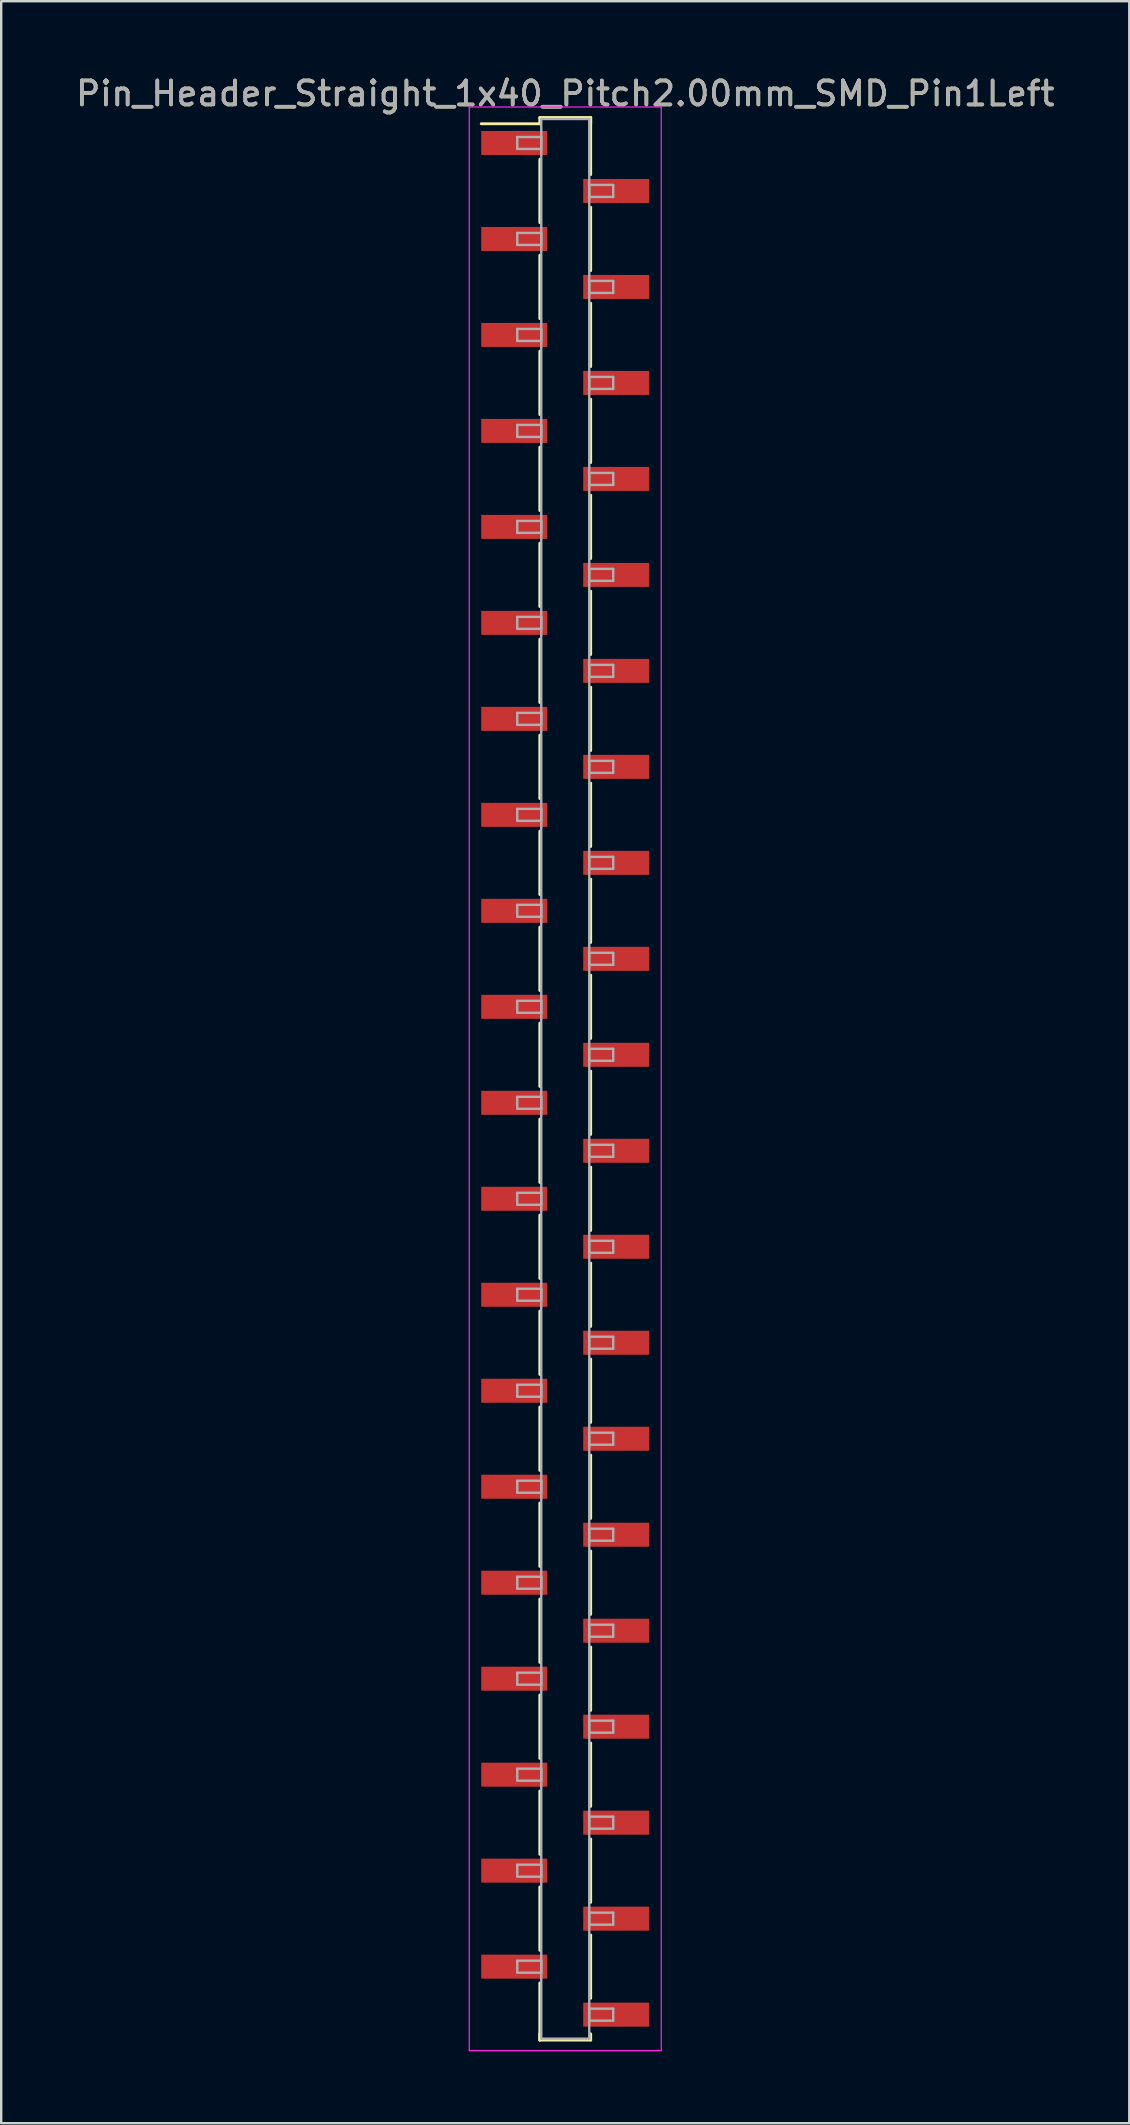
<source format=kicad_pcb>
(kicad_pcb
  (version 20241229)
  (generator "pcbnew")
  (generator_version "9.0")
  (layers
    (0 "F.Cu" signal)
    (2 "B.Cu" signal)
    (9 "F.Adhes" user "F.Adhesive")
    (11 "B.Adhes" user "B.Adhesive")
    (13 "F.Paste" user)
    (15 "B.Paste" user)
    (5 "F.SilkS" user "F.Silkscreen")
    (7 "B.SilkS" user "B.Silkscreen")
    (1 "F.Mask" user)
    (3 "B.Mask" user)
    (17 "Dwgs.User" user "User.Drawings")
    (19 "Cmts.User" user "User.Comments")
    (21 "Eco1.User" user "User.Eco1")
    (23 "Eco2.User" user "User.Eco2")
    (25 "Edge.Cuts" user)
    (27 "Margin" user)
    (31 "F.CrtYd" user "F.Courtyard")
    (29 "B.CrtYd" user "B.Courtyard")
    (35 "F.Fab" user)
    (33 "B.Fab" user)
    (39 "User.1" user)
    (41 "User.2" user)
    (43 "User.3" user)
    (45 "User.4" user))
  (footprint "Pin_Header_Straight_1x40_Pitch2.00mm_SMD_Pin1Left"
    (layer "F.Cu")
    (at 20.506 41.908)
    (property "Reference" "Pin_Header_Straight_1x40_Pitch2.00mm_SMD_Pin1Left" (at 0 -41.06 0) (layer "F.SilkS") (effects (font (size 1 1) (thickness 0.15))))
    (attr smd)
    (fp_line (start -1.06 -40.06) (end 1.06 -40.06) (stroke (width 0.12) (type solid)) (layer "F.SilkS"))
    (fp_line (start -1.06 -39.8) (end -3.5 -39.8) (stroke (width 0.12) (type solid)) (layer "F.SilkS"))
    (fp_line (start -1.06 -39.8) (end -1.06 -40.06) (stroke (width 0.12) (type solid)) (layer "F.SilkS"))
    (fp_line (start -1.06 -38.32) (end -1.06 -35.68) (stroke (width 0.12) (type solid)) (layer "F.SilkS"))
    (fp_line (start -1.06 -34.32) (end -1.06 -31.68) (stroke (width 0.12) (type solid)) (layer "F.SilkS"))
    (fp_line (start -1.06 -30.32) (end -1.06 -27.68) (stroke (width 0.12) (type solid)) (layer "F.SilkS"))
    (fp_line (start -1.06 -26.32) (end -1.06 -23.68) (stroke (width 0.12) (type solid)) (layer "F.SilkS"))
    (fp_line (start -1.06 -22.32) (end -1.06 -19.68) (stroke (width 0.12) (type solid)) (layer "F.SilkS"))
    (fp_line (start -1.06 -18.32) (end -1.06 -15.68) (stroke (width 0.12) (type solid)) (layer "F.SilkS"))
    (fp_line (start -1.06 -14.32) (end -1.06 -11.68) (stroke (width 0.12) (type solid)) (layer "F.SilkS"))
    (fp_line (start -1.06 -10.32) (end -1.06 -7.68) (stroke (width 0.12) (type solid)) (layer "F.SilkS"))
    (fp_line (start -1.06 -6.32) (end -1.06 -3.68) (stroke (width 0.12) (type solid)) (layer "F.SilkS"))
    (fp_line (start -1.06 -2.32) (end -1.06 0.32) (stroke (width 0.12) (type solid)) (layer "F.SilkS"))
    (fp_line (start -1.06 1.68) (end -1.06 4.32) (stroke (width 0.12) (type solid)) (layer "F.SilkS"))
    (fp_line (start -1.06 5.68) (end -1.06 8.32) (stroke (width 0.12) (type solid)) (layer "F.SilkS"))
    (fp_line (start -1.06 9.68) (end -1.06 12.32) (stroke (width 0.12) (type solid)) (layer "F.SilkS"))
    (fp_line (start -1.06 13.68) (end -1.06 16.32) (stroke (width 0.12) (type solid)) (layer "F.SilkS"))
    (fp_line (start -1.06 17.68) (end -1.06 20.32) (stroke (width 0.12) (type solid)) (layer "F.SilkS"))
    (fp_line (start -1.06 21.68) (end -1.06 24.32) (stroke (width 0.12) (type solid)) (layer "F.SilkS"))
    (fp_line (start -1.06 25.68) (end -1.06 28.32) (stroke (width 0.12) (type solid)) (layer "F.SilkS"))
    (fp_line (start -1.06 29.68) (end -1.06 32.32) (stroke (width 0.12) (type solid)) (layer "F.SilkS"))
    (fp_line (start -1.06 33.68) (end -1.06 36.32) (stroke (width 0.12) (type solid)) (layer "F.SilkS"))
    (fp_line (start -1.06 37.68) (end -1.06 40.06) (stroke (width 0.12) (type solid)) (layer "F.SilkS"))
    (fp_line (start -1.06 39.8) (end -1.06 40.06) (stroke (width 0.12) (type solid)) (layer "F.SilkS"))
    (fp_line (start -1.06 40.06) (end 1.06 40.06) (stroke (width 0.12) (type solid)) (layer "F.SilkS"))
    (fp_line (start 1.06 -40.06) (end 1.06 -39.8) (stroke (width 0.12) (type solid)) (layer "F.SilkS"))
    (fp_line (start 1.06 -40.06) (end 1.06 -37.68) (stroke (width 0.12) (type solid)) (layer "F.SilkS"))
    (fp_line (start 1.06 -36.32) (end 1.06 -33.68) (stroke (width 0.12) (type solid)) (layer "F.SilkS"))
    (fp_line (start 1.06 -32.32) (end 1.06 -29.68) (stroke (width 0.12) (type solid)) (layer "F.SilkS"))
    (fp_line (start 1.06 -28.32) (end 1.06 -25.68) (stroke (width 0.12) (type solid)) (layer "F.SilkS"))
    (fp_line (start 1.06 -24.32) (end 1.06 -21.68) (stroke (width 0.12) (type solid)) (layer "F.SilkS"))
    (fp_line (start 1.06 -20.32) (end 1.06 -17.68) (stroke (width 0.12) (type solid)) (layer "F.SilkS"))
    (fp_line (start 1.06 -16.32) (end 1.06 -13.68) (stroke (width 0.12) (type solid)) (layer "F.SilkS"))
    (fp_line (start 1.06 -12.32) (end 1.06 -9.68) (stroke (width 0.12) (type solid)) (layer "F.SilkS"))
    (fp_line (start 1.06 -8.32) (end 1.06 -5.68) (stroke (width 0.12) (type solid)) (layer "F.SilkS"))
    (fp_line (start 1.06 -4.32) (end 1.06 -1.68) (stroke (width 0.12) (type solid)) (layer "F.SilkS"))
    (fp_line (start 1.06 -0.32) (end 1.06 2.32) (stroke (width 0.12) (type solid)) (layer "F.SilkS"))
    (fp_line (start 1.06 3.68) (end 1.06 6.32) (stroke (width 0.12) (type solid)) (layer "F.SilkS"))
    (fp_line (start 1.06 7.68) (end 1.06 10.32) (stroke (width 0.12) (type solid)) (layer "F.SilkS"))
    (fp_line (start 1.06 11.68) (end 1.06 14.32) (stroke (width 0.12) (type solid)) (layer "F.SilkS"))
    (fp_line (start 1.06 15.68) (end 1.06 18.32) (stroke (width 0.12) (type solid)) (layer "F.SilkS"))
    (fp_line (start 1.06 19.68) (end 1.06 22.32) (stroke (width 0.12) (type solid)) (layer "F.SilkS"))
    (fp_line (start 1.06 23.68) (end 1.06 26.32) (stroke (width 0.12) (type solid)) (layer "F.SilkS"))
    (fp_line (start 1.06 27.68) (end 1.06 30.32) (stroke (width 0.12) (type solid)) (layer "F.SilkS"))
    (fp_line (start 1.06 31.68) (end 1.06 34.32) (stroke (width 0.12) (type solid)) (layer "F.SilkS"))
    (fp_line (start 1.06 35.68) (end 1.06 38.32) (stroke (width 0.12) (type solid)) (layer "F.SilkS"))
    (fp_line (start 1.06 40.06) (end 1.06 39.8) (stroke (width 0.12) (type solid)) (layer "F.SilkS"))
    (fp_line (start -4 -40.5) (end -4 40.5) (stroke (width 0.05) (type solid)) (layer "F.CrtYd"))
    (fp_line (start -4 40.5) (end 4 40.5) (stroke (width 0.05) (type solid)) (layer "F.CrtYd"))
    (fp_line (start 4 -40.5) (end -4 -40.5) (stroke (width 0.05) (type solid)) (layer "F.CrtYd"))
    (fp_line (start 4 40.5) (end 4 -40.5) (stroke (width 0.05) (type solid)) (layer "F.CrtYd"))
    (fp_line (start -2 -39.25) (end -1 -39.25) (stroke (width 0.1) (type solid)) (layer "F.Fab"))
    (fp_line (start -2 -38.75) (end -2 -39.25) (stroke (width 0.1) (type solid)) (layer "F.Fab"))
    (fp_line (start -2 -35.25) (end -1 -35.25) (stroke (width 0.1) (type solid)) (layer "F.Fab"))
    (fp_line (start -2 -34.75) (end -2 -35.25) (stroke (width 0.1) (type solid)) (layer "F.Fab"))
    (fp_line (start -2 -31.25) (end -1 -31.25) (stroke (width 0.1) (type solid)) (layer "F.Fab"))
    (fp_line (start -2 -30.75) (end -2 -31.25) (stroke (width 0.1) (type solid)) (layer "F.Fab"))
    (fp_line (start -2 -27.25) (end -1 -27.25) (stroke (width 0.1) (type solid)) (layer "F.Fab"))
    (fp_line (start -2 -26.75) (end -2 -27.25) (stroke (width 0.1) (type solid)) (layer "F.Fab"))
    (fp_line (start -2 -23.25) (end -1 -23.25) (stroke (width 0.1) (type solid)) (layer "F.Fab"))
    (fp_line (start -2 -22.75) (end -2 -23.25) (stroke (width 0.1) (type solid)) (layer "F.Fab"))
    (fp_line (start -2 -19.25) (end -1 -19.25) (stroke (width 0.1) (type solid)) (layer "F.Fab"))
    (fp_line (start -2 -18.75) (end -2 -19.25) (stroke (width 0.1) (type solid)) (layer "F.Fab"))
    (fp_line (start -2 -15.25) (end -1 -15.25) (stroke (width 0.1) (type solid)) (layer "F.Fab"))
    (fp_line (start -2 -14.75) (end -2 -15.25) (stroke (width 0.1) (type solid)) (layer "F.Fab"))
    (fp_line (start -2 -11.25) (end -1 -11.25) (stroke (width 0.1) (type solid)) (layer "F.Fab"))
    (fp_line (start -2 -10.75) (end -2 -11.25) (stroke (width 0.1) (type solid)) (layer "F.Fab"))
    (fp_line (start -2 -7.25) (end -1 -7.25) (stroke (width 0.1) (type solid)) (layer "F.Fab"))
    (fp_line (start -2 -6.75) (end -2 -7.25) (stroke (width 0.1) (type solid)) (layer "F.Fab"))
    (fp_line (start -2 -3.25) (end -1 -3.25) (stroke (width 0.1) (type solid)) (layer "F.Fab"))
    (fp_line (start -2 -2.75) (end -2 -3.25) (stroke (width 0.1) (type solid)) (layer "F.Fab"))
    (fp_line (start -2 0.75) (end -1 0.75) (stroke (width 0.1) (type solid)) (layer "F.Fab"))
    (fp_line (start -2 1.25) (end -2 0.75) (stroke (width 0.1) (type solid)) (layer "F.Fab"))
    (fp_line (start -2 4.75) (end -1 4.75) (stroke (width 0.1) (type solid)) (layer "F.Fab"))
    (fp_line (start -2 5.25) (end -2 4.75) (stroke (width 0.1) (type solid)) (layer "F.Fab"))
    (fp_line (start -2 8.75) (end -1 8.75) (stroke (width 0.1) (type solid)) (layer "F.Fab"))
    (fp_line (start -2 9.25) (end -2 8.75) (stroke (width 0.1) (type solid)) (layer "F.Fab"))
    (fp_line (start -2 12.75) (end -1 12.75) (stroke (width 0.1) (type solid)) (layer "F.Fab"))
    (fp_line (start -2 13.25) (end -2 12.75) (stroke (width 0.1) (type solid)) (layer "F.Fab"))
    (fp_line (start -2 16.75) (end -1 16.75) (stroke (width 0.1) (type solid)) (layer "F.Fab"))
    (fp_line (start -2 17.25) (end -2 16.75) (stroke (width 0.1) (type solid)) (layer "F.Fab"))
    (fp_line (start -2 20.75) (end -1 20.75) (stroke (width 0.1) (type solid)) (layer "F.Fab"))
    (fp_line (start -2 21.25) (end -2 20.75) (stroke (width 0.1) (type solid)) (layer "F.Fab"))
    (fp_line (start -2 24.75) (end -1 24.75) (stroke (width 0.1) (type solid)) (layer "F.Fab"))
    (fp_line (start -2 25.25) (end -2 24.75) (stroke (width 0.1) (type solid)) (layer "F.Fab"))
    (fp_line (start -2 28.75) (end -1 28.75) (stroke (width 0.1) (type solid)) (layer "F.Fab"))
    (fp_line (start -2 29.25) (end -2 28.75) (stroke (width 0.1) (type solid)) (layer "F.Fab"))
    (fp_line (start -2 32.75) (end -1 32.75) (stroke (width 0.1) (type solid)) (layer "F.Fab"))
    (fp_line (start -2 33.25) (end -2 32.75) (stroke (width 0.1) (type solid)) (layer "F.Fab"))
    (fp_line (start -2 36.75) (end -1 36.75) (stroke (width 0.1) (type solid)) (layer "F.Fab"))
    (fp_line (start -2 37.25) (end -2 36.75) (stroke (width 0.1) (type solid)) (layer "F.Fab"))
    (fp_line (start -1 -40) (end -1 40) (stroke (width 0.1) (type solid)) (layer "F.Fab"))
    (fp_line (start -1 -39.25) (end -1 -38.75) (stroke (width 0.1) (type solid)) (layer "F.Fab"))
    (fp_line (start -1 -38.75) (end -2 -38.75) (stroke (width 0.1) (type solid)) (layer "F.Fab"))
    (fp_line (start -1 -35.25) (end -1 -34.75) (stroke (width 0.1) (type solid)) (layer "F.Fab"))
    (fp_line (start -1 -34.75) (end -2 -34.75) (stroke (width 0.1) (type solid)) (layer "F.Fab"))
    (fp_line (start -1 -31.25) (end -1 -30.75) (stroke (width 0.1) (type solid)) (layer "F.Fab"))
    (fp_line (start -1 -30.75) (end -2 -30.75) (stroke (width 0.1) (type solid)) (layer "F.Fab"))
    (fp_line (start -1 -27.25) (end -1 -26.75) (stroke (width 0.1) (type solid)) (layer "F.Fab"))
    (fp_line (start -1 -26.75) (end -2 -26.75) (stroke (width 0.1) (type solid)) (layer "F.Fab"))
    (fp_line (start -1 -23.25) (end -1 -22.75) (stroke (width 0.1) (type solid)) (layer "F.Fab"))
    (fp_line (start -1 -22.75) (end -2 -22.75) (stroke (width 0.1) (type solid)) (layer "F.Fab"))
    (fp_line (start -1 -19.25) (end -1 -18.75) (stroke (width 0.1) (type solid)) (layer "F.Fab"))
    (fp_line (start -1 -18.75) (end -2 -18.75) (stroke (width 0.1) (type solid)) (layer "F.Fab"))
    (fp_line (start -1 -15.25) (end -1 -14.75) (stroke (width 0.1) (type solid)) (layer "F.Fab"))
    (fp_line (start -1 -14.75) (end -2 -14.75) (stroke (width 0.1) (type solid)) (layer "F.Fab"))
    (fp_line (start -1 -11.25) (end -1 -10.75) (stroke (width 0.1) (type solid)) (layer "F.Fab"))
    (fp_line (start -1 -10.75) (end -2 -10.75) (stroke (width 0.1) (type solid)) (layer "F.Fab"))
    (fp_line (start -1 -7.25) (end -1 -6.75) (stroke (width 0.1) (type solid)) (layer "F.Fab"))
    (fp_line (start -1 -6.75) (end -2 -6.75) (stroke (width 0.1) (type solid)) (layer "F.Fab"))
    (fp_line (start -1 -3.25) (end -1 -2.75) (stroke (width 0.1) (type solid)) (layer "F.Fab"))
    (fp_line (start -1 -2.75) (end -2 -2.75) (stroke (width 0.1) (type solid)) (layer "F.Fab"))
    (fp_line (start -1 0.75) (end -1 1.25) (stroke (width 0.1) (type solid)) (layer "F.Fab"))
    (fp_line (start -1 1.25) (end -2 1.25) (stroke (width 0.1) (type solid)) (layer "F.Fab"))
    (fp_line (start -1 4.75) (end -1 5.25) (stroke (width 0.1) (type solid)) (layer "F.Fab"))
    (fp_line (start -1 5.25) (end -2 5.25) (stroke (width 0.1) (type solid)) (layer "F.Fab"))
    (fp_line (start -1 8.75) (end -1 9.25) (stroke (width 0.1) (type solid)) (layer "F.Fab"))
    (fp_line (start -1 9.25) (end -2 9.25) (stroke (width 0.1) (type solid)) (layer "F.Fab"))
    (fp_line (start -1 12.75) (end -1 13.25) (stroke (width 0.1) (type solid)) (layer "F.Fab"))
    (fp_line (start -1 13.25) (end -2 13.25) (stroke (width 0.1) (type solid)) (layer "F.Fab"))
    (fp_line (start -1 16.75) (end -1 17.25) (stroke (width 0.1) (type solid)) (layer "F.Fab"))
    (fp_line (start -1 17.25) (end -2 17.25) (stroke (width 0.1) (type solid)) (layer "F.Fab"))
    (fp_line (start -1 20.75) (end -1 21.25) (stroke (width 0.1) (type solid)) (layer "F.Fab"))
    (fp_line (start -1 21.25) (end -2 21.25) (stroke (width 0.1) (type solid)) (layer "F.Fab"))
    (fp_line (start -1 24.75) (end -1 25.25) (stroke (width 0.1) (type solid)) (layer "F.Fab"))
    (fp_line (start -1 25.25) (end -2 25.25) (stroke (width 0.1) (type solid)) (layer "F.Fab"))
    (fp_line (start -1 28.75) (end -1 29.25) (stroke (width 0.1) (type solid)) (layer "F.Fab"))
    (fp_line (start -1 29.25) (end -2 29.25) (stroke (width 0.1) (type solid)) (layer "F.Fab"))
    (fp_line (start -1 32.75) (end -1 33.25) (stroke (width 0.1) (type solid)) (layer "F.Fab"))
    (fp_line (start -1 33.25) (end -2 33.25) (stroke (width 0.1) (type solid)) (layer "F.Fab"))
    (fp_line (start -1 36.75) (end -1 37.25) (stroke (width 0.1) (type solid)) (layer "F.Fab"))
    (fp_line (start -1 37.25) (end -2 37.25) (stroke (width 0.1) (type solid)) (layer "F.Fab"))
    (fp_line (start -1 40) (end 1 40) (stroke (width 0.1) (type solid)) (layer "F.Fab"))
    (fp_line (start 1 -40) (end -1 -40) (stroke (width 0.1) (type solid)) (layer "F.Fab"))
    (fp_line (start 1 -37.25) (end 1 -36.75) (stroke (width 0.1) (type solid)) (layer "F.Fab"))
    (fp_line (start 1 -36.75) (end 2 -36.75) (stroke (width 0.1) (type solid)) (layer "F.Fab"))
    (fp_line (start 1 -33.25) (end 1 -32.75) (stroke (width 0.1) (type solid)) (layer "F.Fab"))
    (fp_line (start 1 -32.75) (end 2 -32.75) (stroke (width 0.1) (type solid)) (layer "F.Fab"))
    (fp_line (start 1 -29.25) (end 1 -28.75) (stroke (width 0.1) (type solid)) (layer "F.Fab"))
    (fp_line (start 1 -28.75) (end 2 -28.75) (stroke (width 0.1) (type solid)) (layer "F.Fab"))
    (fp_line (start 1 -25.25) (end 1 -24.75) (stroke (width 0.1) (type solid)) (layer "F.Fab"))
    (fp_line (start 1 -24.75) (end 2 -24.75) (stroke (width 0.1) (type solid)) (layer "F.Fab"))
    (fp_line (start 1 -21.25) (end 1 -20.75) (stroke (width 0.1) (type solid)) (layer "F.Fab"))
    (fp_line (start 1 -20.75) (end 2 -20.75) (stroke (width 0.1) (type solid)) (layer "F.Fab"))
    (fp_line (start 1 -17.25) (end 1 -16.75) (stroke (width 0.1) (type solid)) (layer "F.Fab"))
    (fp_line (start 1 -16.75) (end 2 -16.75) (stroke (width 0.1) (type solid)) (layer "F.Fab"))
    (fp_line (start 1 -13.25) (end 1 -12.75) (stroke (width 0.1) (type solid)) (layer "F.Fab"))
    (fp_line (start 1 -12.75) (end 2 -12.75) (stroke (width 0.1) (type solid)) (layer "F.Fab"))
    (fp_line (start 1 -9.25) (end 1 -8.75) (stroke (width 0.1) (type solid)) (layer "F.Fab"))
    (fp_line (start 1 -8.75) (end 2 -8.75) (stroke (width 0.1) (type solid)) (layer "F.Fab"))
    (fp_line (start 1 -5.25) (end 1 -4.75) (stroke (width 0.1) (type solid)) (layer "F.Fab"))
    (fp_line (start 1 -4.75) (end 2 -4.75) (stroke (width 0.1) (type solid)) (layer "F.Fab"))
    (fp_line (start 1 -1.25) (end 1 -0.75) (stroke (width 0.1) (type solid)) (layer "F.Fab"))
    (fp_line (start 1 -0.75) (end 2 -0.75) (stroke (width 0.1) (type solid)) (layer "F.Fab"))
    (fp_line (start 1 2.75) (end 1 3.25) (stroke (width 0.1) (type solid)) (layer "F.Fab"))
    (fp_line (start 1 3.25) (end 2 3.25) (stroke (width 0.1) (type solid)) (layer "F.Fab"))
    (fp_line (start 1 6.75) (end 1 7.25) (stroke (width 0.1) (type solid)) (layer "F.Fab"))
    (fp_line (start 1 7.25) (end 2 7.25) (stroke (width 0.1) (type solid)) (layer "F.Fab"))
    (fp_line (start 1 10.75) (end 1 11.25) (stroke (width 0.1) (type solid)) (layer "F.Fab"))
    (fp_line (start 1 11.25) (end 2 11.25) (stroke (width 0.1) (type solid)) (layer "F.Fab"))
    (fp_line (start 1 14.75) (end 1 15.25) (stroke (width 0.1) (type solid)) (layer "F.Fab"))
    (fp_line (start 1 15.25) (end 2 15.25) (stroke (width 0.1) (type solid)) (layer "F.Fab"))
    (fp_line (start 1 18.75) (end 1 19.25) (stroke (width 0.1) (type solid)) (layer "F.Fab"))
    (fp_line (start 1 19.25) (end 2 19.25) (stroke (width 0.1) (type solid)) (layer "F.Fab"))
    (fp_line (start 1 22.75) (end 1 23.25) (stroke (width 0.1) (type solid)) (layer "F.Fab"))
    (fp_line (start 1 23.25) (end 2 23.25) (stroke (width 0.1) (type solid)) (layer "F.Fab"))
    (fp_line (start 1 26.75) (end 1 27.25) (stroke (width 0.1) (type solid)) (layer "F.Fab"))
    (fp_line (start 1 27.25) (end 2 27.25) (stroke (width 0.1) (type solid)) (layer "F.Fab"))
    (fp_line (start 1 30.75) (end 1 31.25) (stroke (width 0.1) (type solid)) (layer "F.Fab"))
    (fp_line (start 1 31.25) (end 2 31.25) (stroke (width 0.1) (type solid)) (layer "F.Fab"))
    (fp_line (start 1 34.75) (end 1 35.25) (stroke (width 0.1) (type solid)) (layer "F.Fab"))
    (fp_line (start 1 35.25) (end 2 35.25) (stroke (width 0.1) (type solid)) (layer "F.Fab"))
    (fp_line (start 1 38.75) (end 1 39.25) (stroke (width 0.1) (type solid)) (layer "F.Fab"))
    (fp_line (start 1 39.25) (end 2 39.25) (stroke (width 0.1) (type solid)) (layer "F.Fab"))
    (fp_line (start 1 40) (end 1 -40) (stroke (width 0.1) (type solid)) (layer "F.Fab"))
    (fp_line (start 2 -37.25) (end 1 -37.25) (stroke (width 0.1) (type solid)) (layer "F.Fab"))
    (fp_line (start 2 -36.75) (end 2 -37.25) (stroke (width 0.1) (type solid)) (layer "F.Fab"))
    (fp_line (start 2 -33.25) (end 1 -33.25) (stroke (width 0.1) (type solid)) (layer "F.Fab"))
    (fp_line (start 2 -32.75) (end 2 -33.25) (stroke (width 0.1) (type solid)) (layer "F.Fab"))
    (fp_line (start 2 -29.25) (end 1 -29.25) (stroke (width 0.1) (type solid)) (layer "F.Fab"))
    (fp_line (start 2 -28.75) (end 2 -29.25) (stroke (width 0.1) (type solid)) (layer "F.Fab"))
    (fp_line (start 2 -25.25) (end 1 -25.25) (stroke (width 0.1) (type solid)) (layer "F.Fab"))
    (fp_line (start 2 -24.75) (end 2 -25.25) (stroke (width 0.1) (type solid)) (layer "F.Fab"))
    (fp_line (start 2 -21.25) (end 1 -21.25) (stroke (width 0.1) (type solid)) (layer "F.Fab"))
    (fp_line (start 2 -20.75) (end 2 -21.25) (stroke (width 0.1) (type solid)) (layer "F.Fab"))
    (fp_line (start 2 -17.25) (end 1 -17.25) (stroke (width 0.1) (type solid)) (layer "F.Fab"))
    (fp_line (start 2 -16.75) (end 2 -17.25) (stroke (width 0.1) (type solid)) (layer "F.Fab"))
    (fp_line (start 2 -13.25) (end 1 -13.25) (stroke (width 0.1) (type solid)) (layer "F.Fab"))
    (fp_line (start 2 -12.75) (end 2 -13.25) (stroke (width 0.1) (type solid)) (layer "F.Fab"))
    (fp_line (start 2 -9.25) (end 1 -9.25) (stroke (width 0.1) (type solid)) (layer "F.Fab"))
    (fp_line (start 2 -8.75) (end 2 -9.25) (stroke (width 0.1) (type solid)) (layer "F.Fab"))
    (fp_line (start 2 -5.25) (end 1 -5.25) (stroke (width 0.1) (type solid)) (layer "F.Fab"))
    (fp_line (start 2 -4.75) (end 2 -5.25) (stroke (width 0.1) (type solid)) (layer "F.Fab"))
    (fp_line (start 2 -1.25) (end 1 -1.25) (stroke (width 0.1) (type solid)) (layer "F.Fab"))
    (fp_line (start 2 -0.75) (end 2 -1.25) (stroke (width 0.1) (type solid)) (layer "F.Fab"))
    (fp_line (start 2 2.75) (end 1 2.75) (stroke (width 0.1) (type solid)) (layer "F.Fab"))
    (fp_line (start 2 3.25) (end 2 2.75) (stroke (width 0.1) (type solid)) (layer "F.Fab"))
    (fp_line (start 2 6.75) (end 1 6.75) (stroke (width 0.1) (type solid)) (layer "F.Fab"))
    (fp_line (start 2 7.25) (end 2 6.75) (stroke (width 0.1) (type solid)) (layer "F.Fab"))
    (fp_line (start 2 10.75) (end 1 10.75) (stroke (width 0.1) (type solid)) (layer "F.Fab"))
    (fp_line (start 2 11.25) (end 2 10.75) (stroke (width 0.1) (type solid)) (layer "F.Fab"))
    (fp_line (start 2 14.75) (end 1 14.75) (stroke (width 0.1) (type solid)) (layer "F.Fab"))
    (fp_line (start 2 15.25) (end 2 14.75) (stroke (width 0.1) (type solid)) (layer "F.Fab"))
    (fp_line (start 2 18.75) (end 1 18.75) (stroke (width 0.1) (type solid)) (layer "F.Fab"))
    (fp_line (start 2 19.25) (end 2 18.75) (stroke (width 0.1) (type solid)) (layer "F.Fab"))
    (fp_line (start 2 22.75) (end 1 22.75) (stroke (width 0.1) (type solid)) (layer "F.Fab"))
    (fp_line (start 2 23.25) (end 2 22.75) (stroke (width 0.1) (type solid)) (layer "F.Fab"))
    (fp_line (start 2 26.75) (end 1 26.75) (stroke (width 0.1) (type solid)) (layer "F.Fab"))
    (fp_line (start 2 27.25) (end 2 26.75) (stroke (width 0.1) (type solid)) (layer "F.Fab"))
    (fp_line (start 2 30.75) (end 1 30.75) (stroke (width 0.1) (type solid)) (layer "F.Fab"))
    (fp_line (start 2 31.25) (end 2 30.75) (stroke (width 0.1) (type solid)) (layer "F.Fab"))
    (fp_line (start 2 34.75) (end 1 34.75) (stroke (width 0.1) (type solid)) (layer "F.Fab"))
    (fp_line (start 2 35.25) (end 2 34.75) (stroke (width 0.1) (type solid)) (layer "F.Fab"))
    (fp_line (start 2 38.75) (end 1 38.75) (stroke (width 0.1) (type solid)) (layer "F.Fab"))
    (fp_line (start 2 39.25) (end 2 38.75) (stroke (width 0.1) (type solid)) (layer "F.Fab"))
    (fp_text user "${REFERENCE}" (at 0 -41.06 0) (layer "F.Fab") (effects (font (size 1 1) (thickness 0.15))))
    (pad "1" smd rect (at -2.125 -39) (size 2.75 1) (layers "F.Cu" "F.Mask" "F.Paste"))
    (pad "2" smd rect (at 2.125 -37) (size 2.75 1) (layers "F.Cu" "F.Mask" "F.Paste"))
    (pad "3" smd rect (at -2.125 -35) (size 2.75 1) (layers "F.Cu" "F.Mask" "F.Paste"))
    (pad "4" smd rect (at 2.125 -33) (size 2.75 1) (layers "F.Cu" "F.Mask" "F.Paste"))
    (pad "5" smd rect (at -2.125 -31) (size 2.75 1) (layers "F.Cu" "F.Mask" "F.Paste"))
    (pad "6" smd rect (at 2.125 -29) (size 2.75 1) (layers "F.Cu" "F.Mask" "F.Paste"))
    (pad "7" smd rect (at -2.125 -27) (size 2.75 1) (layers "F.Cu" "F.Mask" "F.Paste"))
    (pad "8" smd rect (at 2.125 -25) (size 2.75 1) (layers "F.Cu" "F.Mask" "F.Paste"))
    (pad "9" smd rect (at -2.125 -23) (size 2.75 1) (layers "F.Cu" "F.Mask" "F.Paste"))
    (pad "10" smd rect (at 2.125 -21) (size 2.75 1) (layers "F.Cu" "F.Mask" "F.Paste"))
    (pad "11" smd rect (at -2.125 -19) (size 2.75 1) (layers "F.Cu" "F.Mask" "F.Paste"))
    (pad "12" smd rect (at 2.125 -17) (size 2.75 1) (layers "F.Cu" "F.Mask" "F.Paste"))
    (pad "13" smd rect (at -2.125 -15) (size 2.75 1) (layers "F.Cu" "F.Mask" "F.Paste"))
    (pad "14" smd rect (at 2.125 -13) (size 2.75 1) (layers "F.Cu" "F.Mask" "F.Paste"))
    (pad "15" smd rect (at -2.125 -11) (size 2.75 1) (layers "F.Cu" "F.Mask" "F.Paste"))
    (pad "16" smd rect (at 2.125 -9) (size 2.75 1) (layers "F.Cu" "F.Mask" "F.Paste"))
    (pad "17" smd rect (at -2.125 -7) (size 2.75 1) (layers "F.Cu" "F.Mask" "F.Paste"))
    (pad "18" smd rect (at 2.125 -5) (size 2.75 1) (layers "F.Cu" "F.Mask" "F.Paste"))
    (pad "19" smd rect (at -2.125 -3) (size 2.75 1) (layers "F.Cu" "F.Mask" "F.Paste"))
    (pad "20" smd rect (at 2.125 -1) (size 2.75 1) (layers "F.Cu" "F.Mask" "F.Paste"))
    (pad "21" smd rect (at -2.125 1) (size 2.75 1) (layers "F.Cu" "F.Mask" "F.Paste"))
    (pad "22" smd rect (at 2.125 3) (size 2.75 1) (layers "F.Cu" "F.Mask" "F.Paste"))
    (pad "23" smd rect (at -2.125 5) (size 2.75 1) (layers "F.Cu" "F.Mask" "F.Paste"))
    (pad "24" smd rect (at 2.125 7) (size 2.75 1) (layers "F.Cu" "F.Mask" "F.Paste"))
    (pad "25" smd rect (at -2.125 9) (size 2.75 1) (layers "F.Cu" "F.Mask" "F.Paste"))
    (pad "26" smd rect (at 2.125 11) (size 2.75 1) (layers "F.Cu" "F.Mask" "F.Paste"))
    (pad "27" smd rect (at -2.125 13) (size 2.75 1) (layers "F.Cu" "F.Mask" "F.Paste"))
    (pad "28" smd rect (at 2.125 15) (size 2.75 1) (layers "F.Cu" "F.Mask" "F.Paste"))
    (pad "29" smd rect (at -2.125 17) (size 2.75 1) (layers "F.Cu" "F.Mask" "F.Paste"))
    (pad "30" smd rect (at 2.125 19) (size 2.75 1) (layers "F.Cu" "F.Mask" "F.Paste"))
    (pad "31" smd rect (at -2.125 21) (size 2.75 1) (layers "F.Cu" "F.Mask" "F.Paste"))
    (pad "32" smd rect (at 2.125 23) (size 2.75 1) (layers "F.Cu" "F.Mask" "F.Paste"))
    (pad "33" smd rect (at -2.125 25) (size 2.75 1) (layers "F.Cu" "F.Mask" "F.Paste"))
    (pad "34" smd rect (at 2.125 27) (size 2.75 1) (layers "F.Cu" "F.Mask" "F.Paste"))
    (pad "35" smd rect (at -2.125 29) (size 2.75 1) (layers "F.Cu" "F.Mask" "F.Paste"))
    (pad "36" smd rect (at 2.125 31) (size 2.75 1) (layers "F.Cu" "F.Mask" "F.Paste"))
    (pad "37" smd rect (at -2.125 33) (size 2.75 1) (layers "F.Cu" "F.Mask" "F.Paste"))
    (pad "38" smd rect (at 2.125 35) (size 2.75 1) (layers "F.Cu" "F.Mask" "F.Paste"))
    (pad "39" smd rect (at -2.125 37) (size 2.75 1) (layers "F.Cu" "F.Mask" "F.Paste"))
    (pad "40" smd rect (at 2.125 39) (size 2.75 1) (layers "F.Cu" "F.Mask" "F.Paste")))
  (gr_rect
    (start -3 -3)
    (end 44.012 85.433)
    (stroke (width 0.1) (type default))
    (fill no)
    (layer "Edge.Cuts")))
</source>
